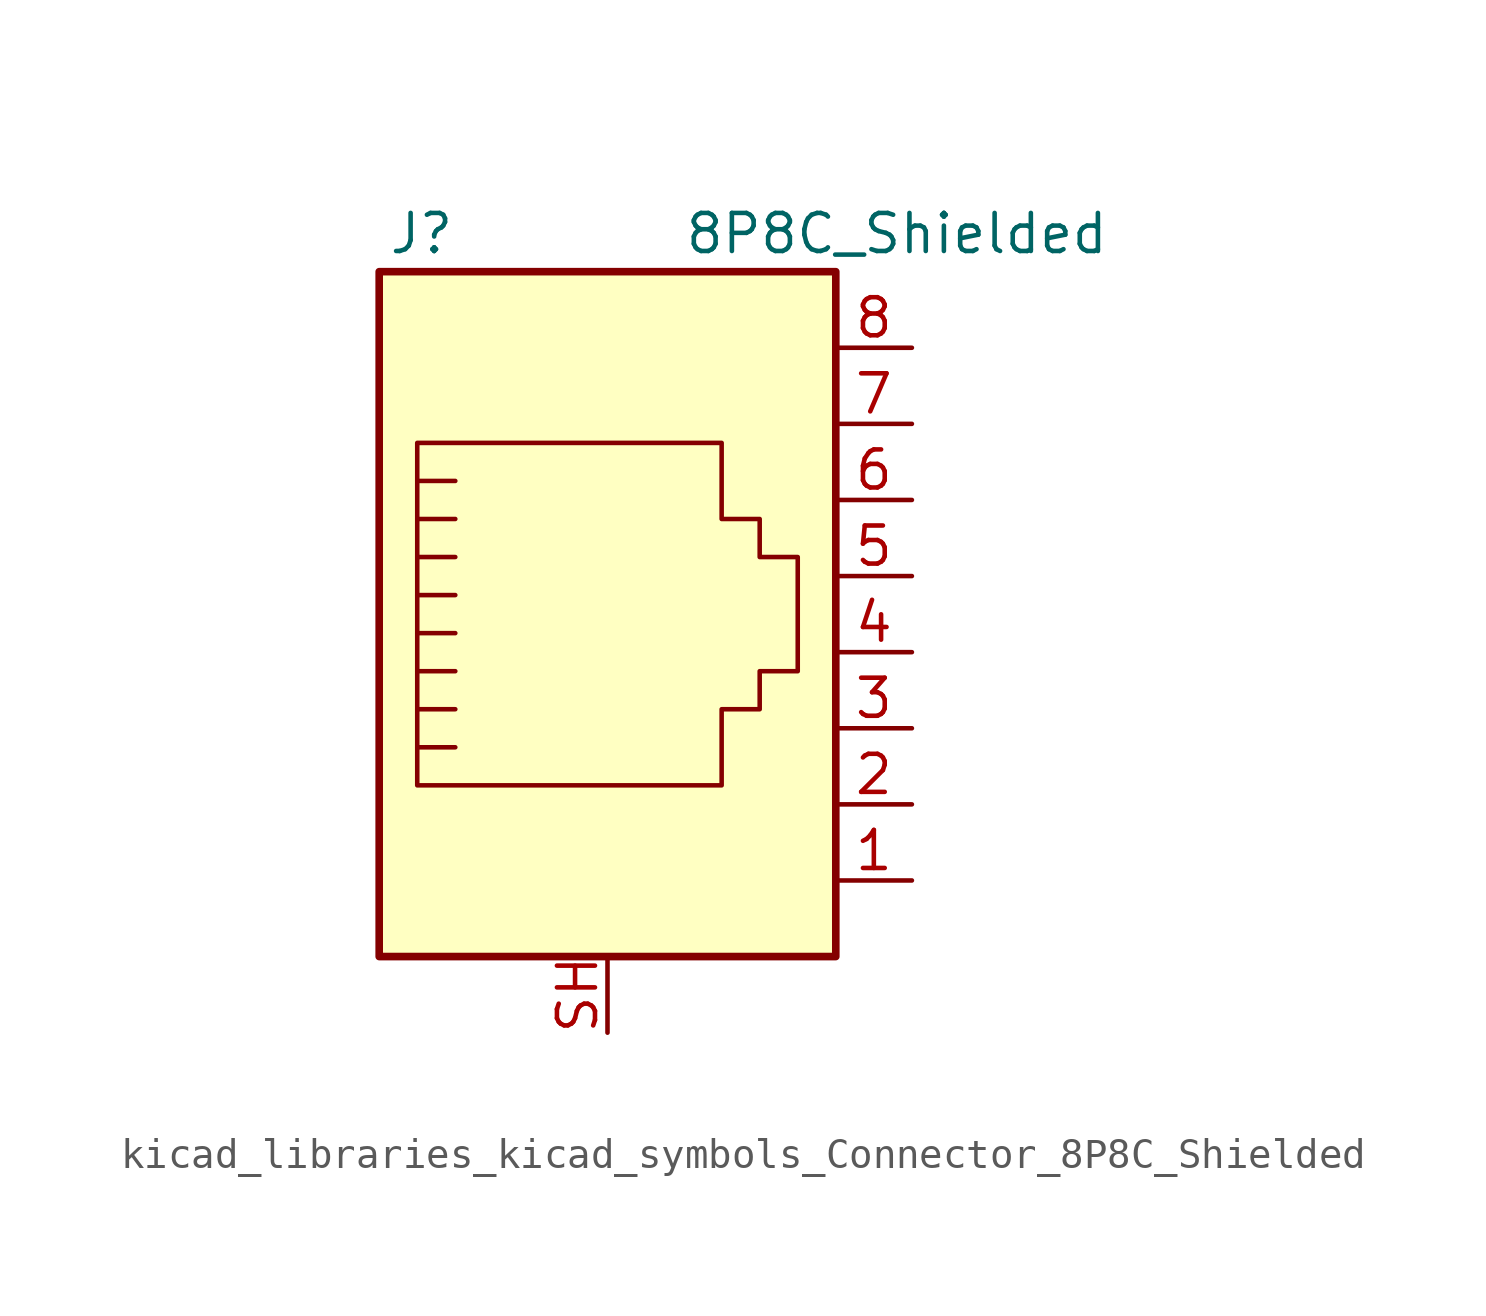
<source format=kicad_sym>
(kicad_symbol_lib
  (version 20220914)
  (generator kicad_symbol_editor)
  (symbol "kicad_libraries_kicad_symbols_Connector_8P8C_Shielded"
    (pin_names
      (offset 1.016))
    (property "Reference" "J"
      (at -5.08 13.97 0)
      (effects (font (size 1.27 1.27)) (justify right)))
    (property "Value" "8P8C_Shielded"
      (at 2.54 13.97 0)
      (effects (font (size 1.27 1.27)) (justify left)))
    (symbol "kicad_libraries_kicad_symbols_Connector_8P8C_Shielded_0_1"
      (polyline (pts (xy -5.08 4.445) (xy -6.35 4.445)) (stroke (width 0) (type default)) (fill (type none)))
      (polyline (pts (xy -5.08 5.715) (xy -6.35 5.715)) (stroke (width 0) (type default)) (fill (type none)))
      (polyline (pts (xy -6.35 -3.175) (xy -5.08 -3.175) (xy -5.08 -3.175)) (stroke (width 0) (type default)) (fill (type none)))
      (polyline (pts (xy -6.35 -1.905) (xy -5.08 -1.905) (xy -5.08 -1.905)) (stroke (width 0) (type default)) (fill (type none)))
      (polyline (pts (xy -6.35 -0.635) (xy -5.08 -0.635) (xy -5.08 -0.635)) (stroke (width 0) (type default)) (fill (type none)))
      (polyline (pts (xy -6.35 0.635) (xy -5.08 0.635) (xy -5.08 0.635)) (stroke (width 0) (type default)) (fill (type none)))
      (polyline (pts (xy -6.35 1.905) (xy -5.08 1.905) (xy -5.08 1.905)) (stroke (width 0) (type default)) (fill (type none)))
      (polyline (pts (xy -5.08 3.175) (xy -6.35 3.175) (xy -6.35 3.175)) (stroke (width 0) (type default)) (fill (type none)))
      (polyline (pts (xy -6.35 -4.445) (xy -6.35 6.985) (xy 3.81 6.985) (xy 3.81 4.445) (xy 5.08 4.445) (xy 5.08 3.175) (xy 6.35 3.175) (xy 6.35 -0.635) (xy 5.08 -0.635) (xy 5.08 -1.905) (xy 3.81 -1.905) (xy 3.81 -4.445) (xy -6.35 -4.445) (xy -6.35 -4.445)) (stroke (width 0) (type default)) (fill (type none)))
      (rectangle (start 7.62 12.7) (end -7.62 -10.16) (stroke (width 0.254) (type default)) (fill (type background))))
    (symbol "kicad_libraries_kicad_symbols_Connector_8P8C_Shielded_1_1"
      (pin passive line (at 10.16 -7.62 180) (length 2.54) (name "~" (effects (font (size 1.27 1.27)))) (number "1" (effects (font (size 1.27 1.27)))))
      (pin passive line (at 10.16 -5.08 180) (length 2.54) (name "~" (effects (font (size 1.27 1.27)))) (number "2" (effects (font (size 1.27 1.27)))))
      (pin passive line (at 10.16 -2.54 180) (length 2.54) (name "~" (effects (font (size 1.27 1.27)))) (number "3" (effects (font (size 1.27 1.27)))))
      (pin passive line (at 10.16 0 180) (length 2.54) (name "~" (effects (font (size 1.27 1.27)))) (number "4" (effects (font (size 1.27 1.27)))))
      (pin passive line (at 10.16 2.54 180) (length 2.54) (name "~" (effects (font (size 1.27 1.27)))) (number "5" (effects (font (size 1.27 1.27)))))
      (pin passive line (at 10.16 5.08 180) (length 2.54) (name "~" (effects (font (size 1.27 1.27)))) (number "6" (effects (font (size 1.27 1.27)))))
      (pin passive line (at 10.16 7.62 180) (length 2.54) (name "~" (effects (font (size 1.27 1.27)))) (number "7" (effects (font (size 1.27 1.27)))))
      (pin passive line (at 10.16 10.16 180) (length 2.54) (name "~" (effects (font (size 1.27 1.27)))) (number "8" (effects (font (size 1.27 1.27)))))
      (pin passive line (at 0 -12.7 90) (length 2.54) (name "~" (effects (font (size 1.27 1.27)))) (number "SH" (effects (font (size 1.27 1.27))))))))
</source>
